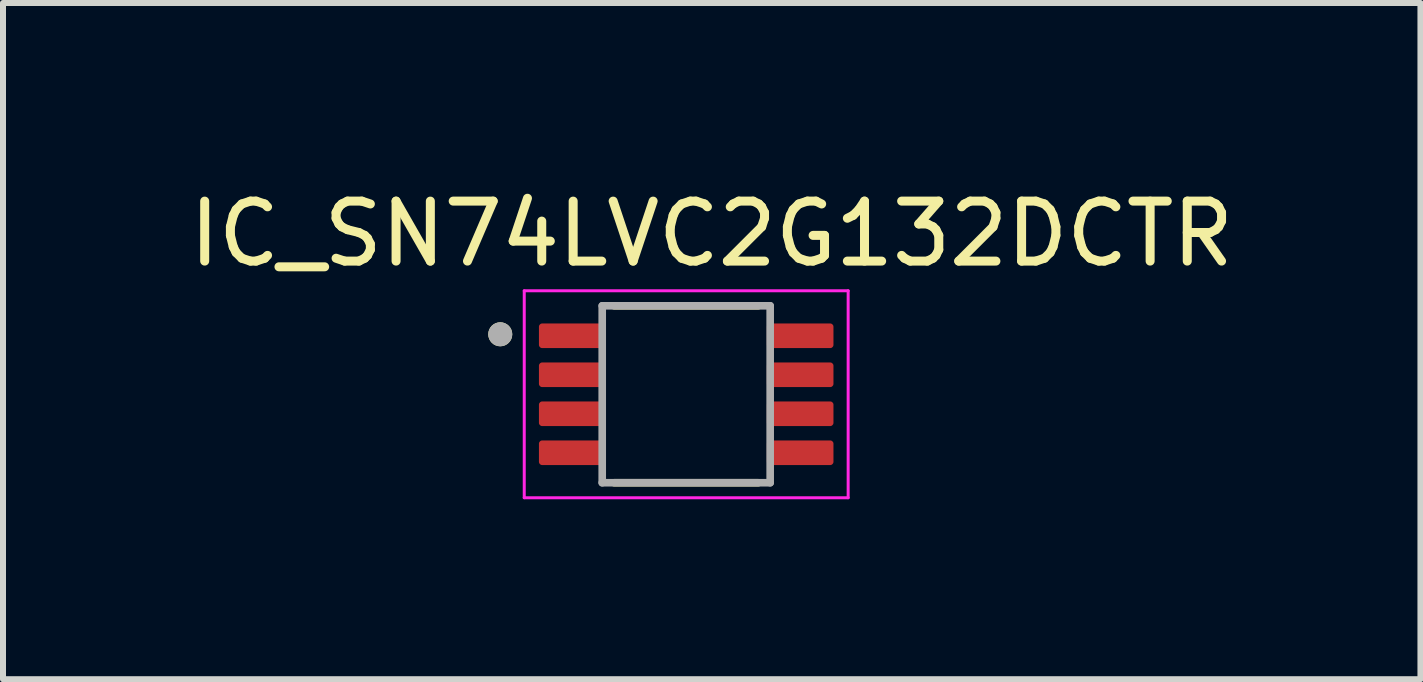
<source format=kicad_pcb>
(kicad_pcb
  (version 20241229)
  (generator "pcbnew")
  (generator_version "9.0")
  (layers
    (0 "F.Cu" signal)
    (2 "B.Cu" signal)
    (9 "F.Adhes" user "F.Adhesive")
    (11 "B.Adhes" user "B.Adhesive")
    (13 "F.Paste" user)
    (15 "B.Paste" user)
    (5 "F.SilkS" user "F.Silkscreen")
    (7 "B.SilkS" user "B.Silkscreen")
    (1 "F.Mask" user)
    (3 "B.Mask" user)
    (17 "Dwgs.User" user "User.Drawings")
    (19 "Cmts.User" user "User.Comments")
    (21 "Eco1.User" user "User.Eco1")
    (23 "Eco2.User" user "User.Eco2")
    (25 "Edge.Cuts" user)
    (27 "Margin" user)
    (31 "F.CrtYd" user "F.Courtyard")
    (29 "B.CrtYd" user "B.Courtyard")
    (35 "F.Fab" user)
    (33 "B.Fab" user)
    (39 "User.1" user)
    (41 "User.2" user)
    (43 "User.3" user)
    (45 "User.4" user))
  (footprint "IC_SN74LVC2G132DCTR"
    (layer "F.Cu")
    (at 8.39 3.523)
    (property "Reference" "IC_SN74LVC2G132DCTR" (at 0.425 -2.675 0) (layer "F.SilkS") (effects (font (size 1 1) (thickness 0.15))))
    (attr smd)
    (fp_poly (pts (xy -2.4 -0.705) (xy -1.4 -0.705) (xy -1.394 -0.705) (xy -1.387 -0.706) (xy -1.381 -0.706) (xy -1.375 -0.708) (xy -1.369 -0.709) (xy -1.363 -0.711) (xy -1.357 -0.713) (xy -1.351 -0.715) (xy -1.346 -0.718) (xy -1.34 -0.721) (xy -1.335 -0.724) (xy -1.329 -0.728) (xy -1.324 -0.732) (xy -1.32 -0.736) (xy -1.315 -0.74) (xy -1.311 -0.745) (xy -1.307 -0.749) (xy -1.303 -0.754) (xy -1.299 -0.76) (xy -1.296 -0.765) (xy -1.293 -0.771) (xy -1.29 -0.776) (xy -1.288 -0.782) (xy -1.286 -0.788) (xy -1.284 -0.794) (xy -1.283 -0.8) (xy -1.281 -0.806) (xy -1.281 -0.812) (xy -1.28 -0.819) (xy -1.28 -0.825) (xy -1.28 -1.125) (xy -1.28 -1.131) (xy -1.281 -1.138) (xy -1.281 -1.144) (xy -1.283 -1.15) (xy -1.284 -1.156) (xy -1.286 -1.162) (xy -1.288 -1.168) (xy -1.29 -1.174) (xy -1.293 -1.179) (xy -1.296 -1.185) (xy -1.299 -1.19) (xy -1.303 -1.196) (xy -1.307 -1.201) (xy -1.311 -1.205) (xy -1.315 -1.21) (xy -1.32 -1.214) (xy -1.324 -1.218) (xy -1.329 -1.222) (xy -1.335 -1.226) (xy -1.34 -1.229) (xy -1.346 -1.232) (xy -1.351 -1.235) (xy -1.357 -1.237) (xy -1.363 -1.239) (xy -1.369 -1.241) (xy -1.375 -1.242) (xy -1.381 -1.244) (xy -1.387 -1.244) (xy -1.394 -1.245) (xy -1.4 -1.245) (xy -2.4 -1.245) (xy -2.406 -1.245) (xy -2.413 -1.244) (xy -2.419 -1.244) (xy -2.425 -1.242) (xy -2.431 -1.241) (xy -2.437 -1.239) (xy -2.443 -1.237) (xy -2.449 -1.235) (xy -2.454 -1.232) (xy -2.46 -1.229) (xy -2.465 -1.226) (xy -2.471 -1.222) (xy -2.476 -1.218) (xy -2.48 -1.214) (xy -2.485 -1.21) (xy -2.489 -1.205) (xy -2.493 -1.201) (xy -2.497 -1.196) (xy -2.501 -1.19) (xy -2.504 -1.185) (xy -2.507 -1.179) (xy -2.51 -1.174) (xy -2.512 -1.168) (xy -2.514 -1.162) (xy -2.516 -1.156) (xy -2.517 -1.15) (xy -2.519 -1.144) (xy -2.519 -1.138) (xy -2.52 -1.131) (xy -2.52 -1.125) (xy -2.52 -0.825) (xy -2.52 -0.819) (xy -2.519 -0.812) (xy -2.519 -0.806) (xy -2.517 -0.8) (xy -2.516 -0.794) (xy -2.514 -0.788) (xy -2.512 -0.782) (xy -2.51 -0.776) (xy -2.507 -0.771) (xy -2.504 -0.765) (xy -2.501 -0.76) (xy -2.497 -0.754) (xy -2.493 -0.749) (xy -2.489 -0.745) (xy -2.485 -0.74) (xy -2.48 -0.736) (xy -2.476 -0.732) (xy -2.471 -0.728) (xy -2.465 -0.724) (xy -2.46 -0.721) (xy -2.454 -0.718) (xy -2.449 -0.715) (xy -2.443 -0.713) (xy -2.437 -0.711) (xy -2.431 -0.709) (xy -2.425 -0.708) (xy -2.419 -0.706) (xy -2.413 -0.706) (xy -2.406 -0.705) (xy -2.4 -0.705)) (stroke (width 0.01) (type solid)) (fill yes) (layer "F.Mask"))
    (fp_poly (pts (xy -2.4 -0.055) (xy -1.4 -0.055) (xy -1.394 -0.055) (xy -1.387 -0.056) (xy -1.381 -0.056) (xy -1.375 -0.058) (xy -1.369 -0.059) (xy -1.363 -0.061) (xy -1.357 -0.063) (xy -1.351 -0.065) (xy -1.346 -0.068) (xy -1.34 -0.071) (xy -1.335 -0.074) (xy -1.329 -0.078) (xy -1.324 -0.082) (xy -1.32 -0.086) (xy -1.315 -0.09) (xy -1.311 -0.095) (xy -1.307 -0.099) (xy -1.303 -0.104) (xy -1.299 -0.11) (xy -1.296 -0.115) (xy -1.293 -0.121) (xy -1.29 -0.126) (xy -1.288 -0.132) (xy -1.286 -0.138) (xy -1.284 -0.144) (xy -1.283 -0.15) (xy -1.281 -0.156) (xy -1.281 -0.162) (xy -1.28 -0.169) (xy -1.28 -0.175) (xy -1.28 -0.475) (xy -1.28 -0.481) (xy -1.281 -0.488) (xy -1.281 -0.494) (xy -1.283 -0.5) (xy -1.284 -0.506) (xy -1.286 -0.512) (xy -1.288 -0.518) (xy -1.29 -0.524) (xy -1.293 -0.529) (xy -1.296 -0.535) (xy -1.299 -0.54) (xy -1.303 -0.546) (xy -1.307 -0.551) (xy -1.311 -0.555) (xy -1.315 -0.56) (xy -1.32 -0.564) (xy -1.324 -0.568) (xy -1.329 -0.572) (xy -1.335 -0.576) (xy -1.34 -0.579) (xy -1.346 -0.582) (xy -1.351 -0.585) (xy -1.357 -0.587) (xy -1.363 -0.589) (xy -1.369 -0.591) (xy -1.375 -0.592) (xy -1.381 -0.594) (xy -1.387 -0.594) (xy -1.394 -0.595) (xy -1.4 -0.595) (xy -2.4 -0.595) (xy -2.406 -0.595) (xy -2.413 -0.594) (xy -2.419 -0.594) (xy -2.425 -0.592) (xy -2.431 -0.591) (xy -2.437 -0.589) (xy -2.443 -0.587) (xy -2.449 -0.585) (xy -2.454 -0.582) (xy -2.46 -0.579) (xy -2.465 -0.576) (xy -2.471 -0.572) (xy -2.476 -0.568) (xy -2.48 -0.564) (xy -2.485 -0.56) (xy -2.489 -0.555) (xy -2.493 -0.551) (xy -2.497 -0.546) (xy -2.501 -0.54) (xy -2.504 -0.535) (xy -2.507 -0.529) (xy -2.51 -0.524) (xy -2.512 -0.518) (xy -2.514 -0.512) (xy -2.516 -0.506) (xy -2.517 -0.5) (xy -2.519 -0.494) (xy -2.519 -0.488) (xy -2.52 -0.481) (xy -2.52 -0.475) (xy -2.52 -0.175) (xy -2.52 -0.169) (xy -2.519 -0.162) (xy -2.519 -0.156) (xy -2.517 -0.15) (xy -2.516 -0.144) (xy -2.514 -0.138) (xy -2.512 -0.132) (xy -2.51 -0.126) (xy -2.507 -0.121) (xy -2.504 -0.115) (xy -2.501 -0.11) (xy -2.497 -0.104) (xy -2.493 -0.099) (xy -2.489 -0.095) (xy -2.485 -0.09) (xy -2.48 -0.086) (xy -2.476 -0.082) (xy -2.471 -0.078) (xy -2.465 -0.074) (xy -2.46 -0.071) (xy -2.454 -0.068) (xy -2.449 -0.065) (xy -2.443 -0.063) (xy -2.437 -0.061) (xy -2.431 -0.059) (xy -2.425 -0.058) (xy -2.419 -0.056) (xy -2.413 -0.056) (xy -2.406 -0.055) (xy -2.4 -0.055)) (stroke (width 0.01) (type solid)) (fill yes) (layer "F.Mask"))
    (fp_poly (pts (xy -2.4 0.595) (xy -1.4 0.595) (xy -1.394 0.595) (xy -1.387 0.594) (xy -1.381 0.594) (xy -1.375 0.592) (xy -1.369 0.591) (xy -1.363 0.589) (xy -1.357 0.587) (xy -1.351 0.585) (xy -1.346 0.582) (xy -1.34 0.579) (xy -1.335 0.576) (xy -1.329 0.572) (xy -1.324 0.568) (xy -1.32 0.564) (xy -1.315 0.56) (xy -1.311 0.555) (xy -1.307 0.551) (xy -1.303 0.546) (xy -1.299 0.54) (xy -1.296 0.535) (xy -1.293 0.529) (xy -1.29 0.524) (xy -1.288 0.518) (xy -1.286 0.512) (xy -1.284 0.506) (xy -1.283 0.5) (xy -1.281 0.494) (xy -1.281 0.488) (xy -1.28 0.481) (xy -1.28 0.475) (xy -1.28 0.175) (xy -1.28 0.169) (xy -1.281 0.162) (xy -1.281 0.156) (xy -1.283 0.15) (xy -1.284 0.144) (xy -1.286 0.138) (xy -1.288 0.132) (xy -1.29 0.126) (xy -1.293 0.121) (xy -1.296 0.115) (xy -1.299 0.11) (xy -1.303 0.104) (xy -1.307 0.099) (xy -1.311 0.095) (xy -1.315 0.09) (xy -1.32 0.086) (xy -1.324 0.082) (xy -1.329 0.078) (xy -1.335 0.074) (xy -1.34 0.071) (xy -1.346 0.068) (xy -1.351 0.065) (xy -1.357 0.063) (xy -1.363 0.061) (xy -1.369 0.059) (xy -1.375 0.058) (xy -1.381 0.056) (xy -1.387 0.056) (xy -1.394 0.055) (xy -1.4 0.055) (xy -2.4 0.055) (xy -2.406 0.055) (xy -2.413 0.056) (xy -2.419 0.056) (xy -2.425 0.058) (xy -2.431 0.059) (xy -2.437 0.061) (xy -2.443 0.063) (xy -2.449 0.065) (xy -2.454 0.068) (xy -2.46 0.071) (xy -2.465 0.074) (xy -2.471 0.078) (xy -2.476 0.082) (xy -2.48 0.086) (xy -2.485 0.09) (xy -2.489 0.095) (xy -2.493 0.099) (xy -2.497 0.104) (xy -2.501 0.11) (xy -2.504 0.115) (xy -2.507 0.121) (xy -2.51 0.126) (xy -2.512 0.132) (xy -2.514 0.138) (xy -2.516 0.144) (xy -2.517 0.15) (xy -2.519 0.156) (xy -2.519 0.162) (xy -2.52 0.169) (xy -2.52 0.175) (xy -2.52 0.475) (xy -2.52 0.481) (xy -2.519 0.488) (xy -2.519 0.494) (xy -2.517 0.5) (xy -2.516 0.506) (xy -2.514 0.512) (xy -2.512 0.518) (xy -2.51 0.524) (xy -2.507 0.529) (xy -2.504 0.535) (xy -2.501 0.54) (xy -2.497 0.546) (xy -2.493 0.551) (xy -2.489 0.555) (xy -2.485 0.56) (xy -2.48 0.564) (xy -2.476 0.568) (xy -2.471 0.572) (xy -2.465 0.576) (xy -2.46 0.579) (xy -2.454 0.582) (xy -2.449 0.585) (xy -2.443 0.587) (xy -2.437 0.589) (xy -2.431 0.591) (xy -2.425 0.592) (xy -2.419 0.594) (xy -2.413 0.594) (xy -2.406 0.595) (xy -2.4 0.595)) (stroke (width 0.01) (type solid)) (fill yes) (layer "F.Mask"))
    (fp_poly (pts (xy -2.4 1.245) (xy -1.4 1.245) (xy -1.394 1.245) (xy -1.387 1.244) (xy -1.381 1.244) (xy -1.375 1.242) (xy -1.369 1.241) (xy -1.363 1.239) (xy -1.357 1.237) (xy -1.351 1.235) (xy -1.346 1.232) (xy -1.34 1.229) (xy -1.335 1.226) (xy -1.329 1.222) (xy -1.324 1.218) (xy -1.32 1.214) (xy -1.315 1.21) (xy -1.311 1.205) (xy -1.307 1.201) (xy -1.303 1.196) (xy -1.299 1.19) (xy -1.296 1.185) (xy -1.293 1.179) (xy -1.29 1.174) (xy -1.288 1.168) (xy -1.286 1.162) (xy -1.284 1.156) (xy -1.283 1.15) (xy -1.281 1.144) (xy -1.281 1.138) (xy -1.28 1.131) (xy -1.28 1.125) (xy -1.28 0.825) (xy -1.28 0.819) (xy -1.281 0.812) (xy -1.281 0.806) (xy -1.283 0.8) (xy -1.284 0.794) (xy -1.286 0.788) (xy -1.288 0.782) (xy -1.29 0.776) (xy -1.293 0.771) (xy -1.296 0.765) (xy -1.299 0.76) (xy -1.303 0.754) (xy -1.307 0.749) (xy -1.311 0.745) (xy -1.315 0.74) (xy -1.32 0.736) (xy -1.324 0.732) (xy -1.329 0.728) (xy -1.335 0.724) (xy -1.34 0.721) (xy -1.346 0.718) (xy -1.351 0.715) (xy -1.357 0.713) (xy -1.363 0.711) (xy -1.369 0.709) (xy -1.375 0.708) (xy -1.381 0.706) (xy -1.387 0.706) (xy -1.394 0.705) (xy -1.4 0.705) (xy -2.4 0.705) (xy -2.406 0.705) (xy -2.413 0.706) (xy -2.419 0.706) (xy -2.425 0.708) (xy -2.431 0.709) (xy -2.437 0.711) (xy -2.443 0.713) (xy -2.449 0.715) (xy -2.454 0.718) (xy -2.46 0.721) (xy -2.465 0.724) (xy -2.471 0.728) (xy -2.476 0.732) (xy -2.48 0.736) (xy -2.485 0.74) (xy -2.489 0.745) (xy -2.493 0.749) (xy -2.497 0.754) (xy -2.501 0.76) (xy -2.504 0.765) (xy -2.507 0.771) (xy -2.51 0.776) (xy -2.512 0.782) (xy -2.514 0.788) (xy -2.516 0.794) (xy -2.517 0.8) (xy -2.519 0.806) (xy -2.519 0.812) (xy -2.52 0.819) (xy -2.52 0.825) (xy -2.52 1.125) (xy -2.52 1.131) (xy -2.519 1.138) (xy -2.519 1.144) (xy -2.517 1.15) (xy -2.516 1.156) (xy -2.514 1.162) (xy -2.512 1.168) (xy -2.51 1.174) (xy -2.507 1.179) (xy -2.504 1.185) (xy -2.501 1.19) (xy -2.497 1.196) (xy -2.493 1.201) (xy -2.489 1.205) (xy -2.485 1.21) (xy -2.48 1.214) (xy -2.476 1.218) (xy -2.471 1.222) (xy -2.465 1.226) (xy -2.46 1.229) (xy -2.454 1.232) (xy -2.449 1.235) (xy -2.443 1.237) (xy -2.437 1.239) (xy -2.431 1.241) (xy -2.425 1.242) (xy -2.419 1.244) (xy -2.413 1.244) (xy -2.406 1.245) (xy -2.4 1.245)) (stroke (width 0.01) (type solid)) (fill yes) (layer "F.Mask"))
    (fp_poly (pts (xy 1.4 -0.705) (xy 2.4 -0.705) (xy 2.406 -0.705) (xy 2.413 -0.706) (xy 2.419 -0.706) (xy 2.425 -0.708) (xy 2.431 -0.709) (xy 2.437 -0.711) (xy 2.443 -0.713) (xy 2.449 -0.715) (xy 2.454 -0.718) (xy 2.46 -0.721) (xy 2.465 -0.724) (xy 2.471 -0.728) (xy 2.476 -0.732) (xy 2.48 -0.736) (xy 2.485 -0.74) (xy 2.489 -0.745) (xy 2.493 -0.749) (xy 2.497 -0.754) (xy 2.501 -0.76) (xy 2.504 -0.765) (xy 2.507 -0.771) (xy 2.51 -0.776) (xy 2.512 -0.782) (xy 2.514 -0.788) (xy 2.516 -0.794) (xy 2.517 -0.8) (xy 2.519 -0.806) (xy 2.519 -0.812) (xy 2.52 -0.819) (xy 2.52 -0.825) (xy 2.52 -1.125) (xy 2.52 -1.131) (xy 2.519 -1.138) (xy 2.519 -1.144) (xy 2.517 -1.15) (xy 2.516 -1.156) (xy 2.514 -1.162) (xy 2.512 -1.168) (xy 2.51 -1.174) (xy 2.507 -1.179) (xy 2.504 -1.185) (xy 2.501 -1.19) (xy 2.497 -1.196) (xy 2.493 -1.201) (xy 2.489 -1.205) (xy 2.485 -1.21) (xy 2.48 -1.214) (xy 2.476 -1.218) (xy 2.471 -1.222) (xy 2.465 -1.226) (xy 2.46 -1.229) (xy 2.454 -1.232) (xy 2.449 -1.235) (xy 2.443 -1.237) (xy 2.437 -1.239) (xy 2.431 -1.241) (xy 2.425 -1.242) (xy 2.419 -1.244) (xy 2.413 -1.244) (xy 2.406 -1.245) (xy 2.4 -1.245) (xy 1.4 -1.245) (xy 1.394 -1.245) (xy 1.387 -1.244) (xy 1.381 -1.244) (xy 1.375 -1.242) (xy 1.369 -1.241) (xy 1.363 -1.239) (xy 1.357 -1.237) (xy 1.351 -1.235) (xy 1.346 -1.232) (xy 1.34 -1.229) (xy 1.335 -1.226) (xy 1.329 -1.222) (xy 1.324 -1.218) (xy 1.32 -1.214) (xy 1.315 -1.21) (xy 1.311 -1.205) (xy 1.307 -1.201) (xy 1.303 -1.196) (xy 1.299 -1.19) (xy 1.296 -1.185) (xy 1.293 -1.179) (xy 1.29 -1.174) (xy 1.288 -1.168) (xy 1.286 -1.162) (xy 1.284 -1.156) (xy 1.283 -1.15) (xy 1.281 -1.144) (xy 1.281 -1.138) (xy 1.28 -1.131) (xy 1.28 -1.125) (xy 1.28 -0.825) (xy 1.28 -0.819) (xy 1.281 -0.812) (xy 1.281 -0.806) (xy 1.283 -0.8) (xy 1.284 -0.794) (xy 1.286 -0.788) (xy 1.288 -0.782) (xy 1.29 -0.776) (xy 1.293 -0.771) (xy 1.296 -0.765) (xy 1.299 -0.76) (xy 1.303 -0.754) (xy 1.307 -0.749) (xy 1.311 -0.745) (xy 1.315 -0.74) (xy 1.32 -0.736) (xy 1.324 -0.732) (xy 1.329 -0.728) (xy 1.335 -0.724) (xy 1.34 -0.721) (xy 1.346 -0.718) (xy 1.351 -0.715) (xy 1.357 -0.713) (xy 1.363 -0.711) (xy 1.369 -0.709) (xy 1.375 -0.708) (xy 1.381 -0.706) (xy 1.387 -0.706) (xy 1.394 -0.705) (xy 1.4 -0.705)) (stroke (width 0.01) (type solid)) (fill yes) (layer "F.Mask"))
    (fp_poly (pts (xy 1.4 -0.055) (xy 2.4 -0.055) (xy 2.406 -0.055) (xy 2.413 -0.056) (xy 2.419 -0.056) (xy 2.425 -0.058) (xy 2.431 -0.059) (xy 2.437 -0.061) (xy 2.443 -0.063) (xy 2.449 -0.065) (xy 2.454 -0.068) (xy 2.46 -0.071) (xy 2.465 -0.074) (xy 2.471 -0.078) (xy 2.476 -0.082) (xy 2.48 -0.086) (xy 2.485 -0.09) (xy 2.489 -0.095) (xy 2.493 -0.099) (xy 2.497 -0.104) (xy 2.501 -0.11) (xy 2.504 -0.115) (xy 2.507 -0.121) (xy 2.51 -0.126) (xy 2.512 -0.132) (xy 2.514 -0.138) (xy 2.516 -0.144) (xy 2.517 -0.15) (xy 2.519 -0.156) (xy 2.519 -0.162) (xy 2.52 -0.169) (xy 2.52 -0.175) (xy 2.52 -0.475) (xy 2.52 -0.481) (xy 2.519 -0.488) (xy 2.519 -0.494) (xy 2.517 -0.5) (xy 2.516 -0.506) (xy 2.514 -0.512) (xy 2.512 -0.518) (xy 2.51 -0.524) (xy 2.507 -0.529) (xy 2.504 -0.535) (xy 2.501 -0.54) (xy 2.497 -0.546) (xy 2.493 -0.551) (xy 2.489 -0.555) (xy 2.485 -0.56) (xy 2.48 -0.564) (xy 2.476 -0.568) (xy 2.471 -0.572) (xy 2.465 -0.576) (xy 2.46 -0.579) (xy 2.454 -0.582) (xy 2.449 -0.585) (xy 2.443 -0.587) (xy 2.437 -0.589) (xy 2.431 -0.591) (xy 2.425 -0.592) (xy 2.419 -0.594) (xy 2.413 -0.594) (xy 2.406 -0.595) (xy 2.4 -0.595) (xy 1.4 -0.595) (xy 1.394 -0.595) (xy 1.387 -0.594) (xy 1.381 -0.594) (xy 1.375 -0.592) (xy 1.369 -0.591) (xy 1.363 -0.589) (xy 1.357 -0.587) (xy 1.351 -0.585) (xy 1.346 -0.582) (xy 1.34 -0.579) (xy 1.335 -0.576) (xy 1.329 -0.572) (xy 1.324 -0.568) (xy 1.32 -0.564) (xy 1.315 -0.56) (xy 1.311 -0.555) (xy 1.307 -0.551) (xy 1.303 -0.546) (xy 1.299 -0.54) (xy 1.296 -0.535) (xy 1.293 -0.529) (xy 1.29 -0.524) (xy 1.288 -0.518) (xy 1.286 -0.512) (xy 1.284 -0.506) (xy 1.283 -0.5) (xy 1.281 -0.494) (xy 1.281 -0.488) (xy 1.28 -0.481) (xy 1.28 -0.475) (xy 1.28 -0.175) (xy 1.28 -0.169) (xy 1.281 -0.162) (xy 1.281 -0.156) (xy 1.283 -0.15) (xy 1.284 -0.144) (xy 1.286 -0.138) (xy 1.288 -0.132) (xy 1.29 -0.126) (xy 1.293 -0.121) (xy 1.296 -0.115) (xy 1.299 -0.11) (xy 1.303 -0.104) (xy 1.307 -0.099) (xy 1.311 -0.095) (xy 1.315 -0.09) (xy 1.32 -0.086) (xy 1.324 -0.082) (xy 1.329 -0.078) (xy 1.335 -0.074) (xy 1.34 -0.071) (xy 1.346 -0.068) (xy 1.351 -0.065) (xy 1.357 -0.063) (xy 1.363 -0.061) (xy 1.369 -0.059) (xy 1.375 -0.058) (xy 1.381 -0.056) (xy 1.387 -0.056) (xy 1.394 -0.055) (xy 1.4 -0.055)) (stroke (width 0.01) (type solid)) (fill yes) (layer "F.Mask"))
    (fp_poly (pts (xy 1.4 0.595) (xy 2.4 0.595) (xy 2.406 0.595) (xy 2.413 0.594) (xy 2.419 0.594) (xy 2.425 0.592) (xy 2.431 0.591) (xy 2.437 0.589) (xy 2.443 0.587) (xy 2.449 0.585) (xy 2.454 0.582) (xy 2.46 0.579) (xy 2.465 0.576) (xy 2.471 0.572) (xy 2.476 0.568) (xy 2.48 0.564) (xy 2.485 0.56) (xy 2.489 0.555) (xy 2.493 0.551) (xy 2.497 0.546) (xy 2.501 0.54) (xy 2.504 0.535) (xy 2.507 0.529) (xy 2.51 0.524) (xy 2.512 0.518) (xy 2.514 0.512) (xy 2.516 0.506) (xy 2.517 0.5) (xy 2.519 0.494) (xy 2.519 0.488) (xy 2.52 0.481) (xy 2.52 0.475) (xy 2.52 0.175) (xy 2.52 0.169) (xy 2.519 0.162) (xy 2.519 0.156) (xy 2.517 0.15) (xy 2.516 0.144) (xy 2.514 0.138) (xy 2.512 0.132) (xy 2.51 0.126) (xy 2.507 0.121) (xy 2.504 0.115) (xy 2.501 0.11) (xy 2.497 0.104) (xy 2.493 0.099) (xy 2.489 0.095) (xy 2.485 0.09) (xy 2.48 0.086) (xy 2.476 0.082) (xy 2.471 0.078) (xy 2.465 0.074) (xy 2.46 0.071) (xy 2.454 0.068) (xy 2.449 0.065) (xy 2.443 0.063) (xy 2.437 0.061) (xy 2.431 0.059) (xy 2.425 0.058) (xy 2.419 0.056) (xy 2.413 0.056) (xy 2.406 0.055) (xy 2.4 0.055) (xy 1.4 0.055) (xy 1.394 0.055) (xy 1.387 0.056) (xy 1.381 0.056) (xy 1.375 0.058) (xy 1.369 0.059) (xy 1.363 0.061) (xy 1.357 0.063) (xy 1.351 0.065) (xy 1.346 0.068) (xy 1.34 0.071) (xy 1.335 0.074) (xy 1.329 0.078) (xy 1.324 0.082) (xy 1.32 0.086) (xy 1.315 0.09) (xy 1.311 0.095) (xy 1.307 0.099) (xy 1.303 0.104) (xy 1.299 0.11) (xy 1.296 0.115) (xy 1.293 0.121) (xy 1.29 0.126) (xy 1.288 0.132) (xy 1.286 0.138) (xy 1.284 0.144) (xy 1.283 0.15) (xy 1.281 0.156) (xy 1.281 0.162) (xy 1.28 0.169) (xy 1.28 0.175) (xy 1.28 0.475) (xy 1.28 0.481) (xy 1.281 0.488) (xy 1.281 0.494) (xy 1.283 0.5) (xy 1.284 0.506) (xy 1.286 0.512) (xy 1.288 0.518) (xy 1.29 0.524) (xy 1.293 0.529) (xy 1.296 0.535) (xy 1.299 0.54) (xy 1.303 0.546) (xy 1.307 0.551) (xy 1.311 0.555) (xy 1.315 0.56) (xy 1.32 0.564) (xy 1.324 0.568) (xy 1.329 0.572) (xy 1.335 0.576) (xy 1.34 0.579) (xy 1.346 0.582) (xy 1.351 0.585) (xy 1.357 0.587) (xy 1.363 0.589) (xy 1.369 0.591) (xy 1.375 0.592) (xy 1.381 0.594) (xy 1.387 0.594) (xy 1.394 0.595) (xy 1.4 0.595)) (stroke (width 0.01) (type solid)) (fill yes) (layer "F.Mask"))
    (fp_poly (pts (xy 1.4 1.245) (xy 2.4 1.245) (xy 2.406 1.245) (xy 2.413 1.244) (xy 2.419 1.244) (xy 2.425 1.242) (xy 2.431 1.241) (xy 2.437 1.239) (xy 2.443 1.237) (xy 2.449 1.235) (xy 2.454 1.232) (xy 2.46 1.229) (xy 2.465 1.226) (xy 2.471 1.222) (xy 2.476 1.218) (xy 2.48 1.214) (xy 2.485 1.21) (xy 2.489 1.205) (xy 2.493 1.201) (xy 2.497 1.196) (xy 2.501 1.19) (xy 2.504 1.185) (xy 2.507 1.179) (xy 2.51 1.174) (xy 2.512 1.168) (xy 2.514 1.162) (xy 2.516 1.156) (xy 2.517 1.15) (xy 2.519 1.144) (xy 2.519 1.138) (xy 2.52 1.131) (xy 2.52 1.125) (xy 2.52 0.825) (xy 2.52 0.819) (xy 2.519 0.812) (xy 2.519 0.806) (xy 2.517 0.8) (xy 2.516 0.794) (xy 2.514 0.788) (xy 2.512 0.782) (xy 2.51 0.776) (xy 2.507 0.771) (xy 2.504 0.765) (xy 2.501 0.76) (xy 2.497 0.754) (xy 2.493 0.749) (xy 2.489 0.745) (xy 2.485 0.74) (xy 2.48 0.736) (xy 2.476 0.732) (xy 2.471 0.728) (xy 2.465 0.724) (xy 2.46 0.721) (xy 2.454 0.718) (xy 2.449 0.715) (xy 2.443 0.713) (xy 2.437 0.711) (xy 2.431 0.709) (xy 2.425 0.708) (xy 2.419 0.706) (xy 2.413 0.706) (xy 2.406 0.705) (xy 2.4 0.705) (xy 1.4 0.705) (xy 1.394 0.705) (xy 1.387 0.706) (xy 1.381 0.706) (xy 1.375 0.708) (xy 1.369 0.709) (xy 1.363 0.711) (xy 1.357 0.713) (xy 1.351 0.715) (xy 1.346 0.718) (xy 1.34 0.721) (xy 1.335 0.724) (xy 1.329 0.728) (xy 1.324 0.732) (xy 1.32 0.736) (xy 1.315 0.74) (xy 1.311 0.745) (xy 1.307 0.749) (xy 1.303 0.754) (xy 1.299 0.76) (xy 1.296 0.765) (xy 1.293 0.771) (xy 1.29 0.776) (xy 1.288 0.782) (xy 1.286 0.788) (xy 1.284 0.794) (xy 1.283 0.8) (xy 1.281 0.806) (xy 1.281 0.812) (xy 1.28 0.819) (xy 1.28 0.825) (xy 1.28 1.125) (xy 1.28 1.131) (xy 1.281 1.138) (xy 1.281 1.144) (xy 1.283 1.15) (xy 1.284 1.156) (xy 1.286 1.162) (xy 1.288 1.168) (xy 1.29 1.174) (xy 1.293 1.179) (xy 1.296 1.185) (xy 1.299 1.19) (xy 1.303 1.196) (xy 1.307 1.201) (xy 1.311 1.205) (xy 1.315 1.21) (xy 1.32 1.214) (xy 1.324 1.218) (xy 1.329 1.222) (xy 1.335 1.226) (xy 1.34 1.229) (xy 1.346 1.232) (xy 1.351 1.235) (xy 1.357 1.237) (xy 1.363 1.239) (xy 1.369 1.241) (xy 1.375 1.242) (xy 1.381 1.244) (xy 1.387 1.244) (xy 1.394 1.245) (xy 1.4 1.245)) (stroke (width 0.01) (type solid)) (fill yes) (layer "F.Mask"))
    (fp_line (start -1.2 1.475) (end 1.2 1.475) (stroke (width 0.127) (type solid)) (layer "F.SilkS"))
    (fp_line (start 1.2 -1.475) (end -1.2 -1.475) (stroke (width 0.127) (type solid)) (layer "F.SilkS"))
    (fp_circle (center -3.1 -1) (end -3 -1) (stroke (width 0.2) (type solid)) (fill no) (layer "F.SilkS"))
    (fp_poly (pts (xy -2.4 -1.175) (xy -1.4 -1.175) (xy -1.397 -1.175) (xy -1.395 -1.175) (xy -1.392 -1.174) (xy -1.39 -1.174) (xy -1.387 -1.173) (xy -1.385 -1.173) (xy -1.382 -1.172) (xy -1.38 -1.171) (xy -1.377 -1.17) (xy -1.375 -1.168) (xy -1.373 -1.167) (xy -1.371 -1.165) (xy -1.369 -1.164) (xy -1.367 -1.162) (xy -1.365 -1.16) (xy -1.363 -1.158) (xy -1.361 -1.156) (xy -1.36 -1.154) (xy -1.358 -1.152) (xy -1.357 -1.15) (xy -1.355 -1.148) (xy -1.354 -1.145) (xy -1.353 -1.143) (xy -1.352 -1.14) (xy -1.352 -1.138) (xy -1.351 -1.135) (xy -1.351 -1.133) (xy -1.35 -1.13) (xy -1.35 -1.128) (xy -1.35 -1.125) (xy -1.35 -0.825) (xy -1.35 -0.822) (xy -1.35 -0.82) (xy -1.351 -0.817) (xy -1.351 -0.815) (xy -1.352 -0.812) (xy -1.352 -0.81) (xy -1.353 -0.807) (xy -1.354 -0.805) (xy -1.355 -0.802) (xy -1.357 -0.8) (xy -1.358 -0.798) (xy -1.36 -0.796) (xy -1.361 -0.794) (xy -1.363 -0.792) (xy -1.365 -0.79) (xy -1.367 -0.788) (xy -1.369 -0.786) (xy -1.371 -0.785) (xy -1.373 -0.783) (xy -1.375 -0.782) (xy -1.377 -0.78) (xy -1.38 -0.779) (xy -1.382 -0.778) (xy -1.385 -0.777) (xy -1.387 -0.777) (xy -1.39 -0.776) (xy -1.392 -0.776) (xy -1.395 -0.775) (xy -1.397 -0.775) (xy -1.4 -0.775) (xy -2.4 -0.775) (xy -2.403 -0.775) (xy -2.405 -0.775) (xy -2.408 -0.776) (xy -2.41 -0.776) (xy -2.413 -0.777) (xy -2.415 -0.777) (xy -2.418 -0.778) (xy -2.42 -0.779) (xy -2.423 -0.78) (xy -2.425 -0.782) (xy -2.427 -0.783) (xy -2.429 -0.785) (xy -2.431 -0.786) (xy -2.433 -0.788) (xy -2.435 -0.79) (xy -2.437 -0.792) (xy -2.439 -0.794) (xy -2.44 -0.796) (xy -2.442 -0.798) (xy -2.443 -0.8) (xy -2.445 -0.802) (xy -2.446 -0.805) (xy -2.447 -0.807) (xy -2.448 -0.81) (xy -2.448 -0.812) (xy -2.449 -0.815) (xy -2.449 -0.817) (xy -2.45 -0.82) (xy -2.45 -0.822) (xy -2.45 -0.825) (xy -2.45 -1.125) (xy -2.45 -1.128) (xy -2.45 -1.13) (xy -2.449 -1.133) (xy -2.449 -1.135) (xy -2.448 -1.138) (xy -2.448 -1.14) (xy -2.447 -1.143) (xy -2.446 -1.145) (xy -2.445 -1.148) (xy -2.443 -1.15) (xy -2.442 -1.152) (xy -2.44 -1.154) (xy -2.439 -1.156) (xy -2.437 -1.158) (xy -2.435 -1.16) (xy -2.433 -1.162) (xy -2.431 -1.164) (xy -2.429 -1.165) (xy -2.427 -1.167) (xy -2.425 -1.168) (xy -2.423 -1.17) (xy -2.42 -1.171) (xy -2.418 -1.172) (xy -2.415 -1.173) (xy -2.413 -1.173) (xy -2.41 -1.174) (xy -2.408 -1.174) (xy -2.405 -1.175) (xy -2.403 -1.175) (xy -2.4 -1.175)) (stroke (width 0.01) (type solid)) (fill yes) (layer "F.Paste"))
    (fp_poly (pts (xy -2.4 -0.525) (xy -1.4 -0.525) (xy -1.397 -0.525) (xy -1.395 -0.525) (xy -1.392 -0.524) (xy -1.39 -0.524) (xy -1.387 -0.523) (xy -1.385 -0.523) (xy -1.382 -0.522) (xy -1.38 -0.521) (xy -1.377 -0.52) (xy -1.375 -0.518) (xy -1.373 -0.517) (xy -1.371 -0.515) (xy -1.369 -0.514) (xy -1.367 -0.512) (xy -1.365 -0.51) (xy -1.363 -0.508) (xy -1.361 -0.506) (xy -1.36 -0.504) (xy -1.358 -0.502) (xy -1.357 -0.5) (xy -1.355 -0.498) (xy -1.354 -0.495) (xy -1.353 -0.493) (xy -1.352 -0.49) (xy -1.352 -0.488) (xy -1.351 -0.485) (xy -1.351 -0.483) (xy -1.35 -0.48) (xy -1.35 -0.478) (xy -1.35 -0.475) (xy -1.35 -0.175) (xy -1.35 -0.172) (xy -1.35 -0.17) (xy -1.351 -0.167) (xy -1.351 -0.165) (xy -1.352 -0.162) (xy -1.352 -0.16) (xy -1.353 -0.157) (xy -1.354 -0.155) (xy -1.355 -0.152) (xy -1.357 -0.15) (xy -1.358 -0.148) (xy -1.36 -0.146) (xy -1.361 -0.144) (xy -1.363 -0.142) (xy -1.365 -0.14) (xy -1.367 -0.138) (xy -1.369 -0.136) (xy -1.371 -0.135) (xy -1.373 -0.133) (xy -1.375 -0.132) (xy -1.377 -0.13) (xy -1.38 -0.129) (xy -1.382 -0.128) (xy -1.385 -0.127) (xy -1.387 -0.127) (xy -1.39 -0.126) (xy -1.392 -0.126) (xy -1.395 -0.125) (xy -1.397 -0.125) (xy -1.4 -0.125) (xy -2.4 -0.125) (xy -2.403 -0.125) (xy -2.405 -0.125) (xy -2.408 -0.126) (xy -2.41 -0.126) (xy -2.413 -0.127) (xy -2.415 -0.127) (xy -2.418 -0.128) (xy -2.42 -0.129) (xy -2.423 -0.13) (xy -2.425 -0.132) (xy -2.427 -0.133) (xy -2.429 -0.135) (xy -2.431 -0.136) (xy -2.433 -0.138) (xy -2.435 -0.14) (xy -2.437 -0.142) (xy -2.439 -0.144) (xy -2.44 -0.146) (xy -2.442 -0.148) (xy -2.443 -0.15) (xy -2.445 -0.152) (xy -2.446 -0.155) (xy -2.447 -0.157) (xy -2.448 -0.16) (xy -2.448 -0.162) (xy -2.449 -0.165) (xy -2.449 -0.167) (xy -2.45 -0.17) (xy -2.45 -0.172) (xy -2.45 -0.175) (xy -2.45 -0.475) (xy -2.45 -0.478) (xy -2.45 -0.48) (xy -2.449 -0.483) (xy -2.449 -0.485) (xy -2.448 -0.488) (xy -2.448 -0.49) (xy -2.447 -0.493) (xy -2.446 -0.495) (xy -2.445 -0.498) (xy -2.443 -0.5) (xy -2.442 -0.502) (xy -2.44 -0.504) (xy -2.439 -0.506) (xy -2.437 -0.508) (xy -2.435 -0.51) (xy -2.433 -0.512) (xy -2.431 -0.514) (xy -2.429 -0.515) (xy -2.427 -0.517) (xy -2.425 -0.518) (xy -2.423 -0.52) (xy -2.42 -0.521) (xy -2.418 -0.522) (xy -2.415 -0.523) (xy -2.413 -0.523) (xy -2.41 -0.524) (xy -2.408 -0.524) (xy -2.405 -0.525) (xy -2.403 -0.525) (xy -2.4 -0.525)) (stroke (width 0.01) (type solid)) (fill yes) (layer "F.Paste"))
    (fp_poly (pts (xy -2.4 0.125) (xy -1.4 0.125) (xy -1.397 0.125) (xy -1.395 0.125) (xy -1.392 0.126) (xy -1.39 0.126) (xy -1.387 0.127) (xy -1.385 0.127) (xy -1.382 0.128) (xy -1.38 0.129) (xy -1.377 0.13) (xy -1.375 0.132) (xy -1.373 0.133) (xy -1.371 0.135) (xy -1.369 0.136) (xy -1.367 0.138) (xy -1.365 0.14) (xy -1.363 0.142) (xy -1.361 0.144) (xy -1.36 0.146) (xy -1.358 0.148) (xy -1.357 0.15) (xy -1.355 0.152) (xy -1.354 0.155) (xy -1.353 0.157) (xy -1.352 0.16) (xy -1.352 0.162) (xy -1.351 0.165) (xy -1.351 0.167) (xy -1.35 0.17) (xy -1.35 0.172) (xy -1.35 0.175) (xy -1.35 0.475) (xy -1.35 0.478) (xy -1.35 0.48) (xy -1.351 0.483) (xy -1.351 0.485) (xy -1.352 0.488) (xy -1.352 0.49) (xy -1.353 0.493) (xy -1.354 0.495) (xy -1.355 0.498) (xy -1.357 0.5) (xy -1.358 0.502) (xy -1.36 0.504) (xy -1.361 0.506) (xy -1.363 0.508) (xy -1.365 0.51) (xy -1.367 0.512) (xy -1.369 0.514) (xy -1.371 0.515) (xy -1.373 0.517) (xy -1.375 0.518) (xy -1.377 0.52) (xy -1.38 0.521) (xy -1.382 0.522) (xy -1.385 0.523) (xy -1.387 0.523) (xy -1.39 0.524) (xy -1.392 0.524) (xy -1.395 0.525) (xy -1.397 0.525) (xy -1.4 0.525) (xy -2.4 0.525) (xy -2.403 0.525) (xy -2.405 0.525) (xy -2.408 0.524) (xy -2.41 0.524) (xy -2.413 0.523) (xy -2.415 0.523) (xy -2.418 0.522) (xy -2.42 0.521) (xy -2.423 0.52) (xy -2.425 0.518) (xy -2.427 0.517) (xy -2.429 0.515) (xy -2.431 0.514) (xy -2.433 0.512) (xy -2.435 0.51) (xy -2.437 0.508) (xy -2.439 0.506) (xy -2.44 0.504) (xy -2.442 0.502) (xy -2.443 0.5) (xy -2.445 0.498) (xy -2.446 0.495) (xy -2.447 0.493) (xy -2.448 0.49) (xy -2.448 0.488) (xy -2.449 0.485) (xy -2.449 0.483) (xy -2.45 0.48) (xy -2.45 0.478) (xy -2.45 0.475) (xy -2.45 0.175) (xy -2.45 0.172) (xy -2.45 0.17) (xy -2.449 0.167) (xy -2.449 0.165) (xy -2.448 0.162) (xy -2.448 0.16) (xy -2.447 0.157) (xy -2.446 0.155) (xy -2.445 0.152) (xy -2.443 0.15) (xy -2.442 0.148) (xy -2.44 0.146) (xy -2.439 0.144) (xy -2.437 0.142) (xy -2.435 0.14) (xy -2.433 0.138) (xy -2.431 0.136) (xy -2.429 0.135) (xy -2.427 0.133) (xy -2.425 0.132) (xy -2.423 0.13) (xy -2.42 0.129) (xy -2.418 0.128) (xy -2.415 0.127) (xy -2.413 0.127) (xy -2.41 0.126) (xy -2.408 0.126) (xy -2.405 0.125) (xy -2.403 0.125) (xy -2.4 0.125)) (stroke (width 0.01) (type solid)) (fill yes) (layer "F.Paste"))
    (fp_poly (pts (xy -2.4 0.775) (xy -1.4 0.775) (xy -1.397 0.775) (xy -1.395 0.775) (xy -1.392 0.776) (xy -1.39 0.776) (xy -1.387 0.777) (xy -1.385 0.777) (xy -1.382 0.778) (xy -1.38 0.779) (xy -1.377 0.78) (xy -1.375 0.782) (xy -1.373 0.783) (xy -1.371 0.785) (xy -1.369 0.786) (xy -1.367 0.788) (xy -1.365 0.79) (xy -1.363 0.792) (xy -1.361 0.794) (xy -1.36 0.796) (xy -1.358 0.798) (xy -1.357 0.8) (xy -1.355 0.802) (xy -1.354 0.805) (xy -1.353 0.807) (xy -1.352 0.81) (xy -1.352 0.812) (xy -1.351 0.815) (xy -1.351 0.817) (xy -1.35 0.82) (xy -1.35 0.822) (xy -1.35 0.825) (xy -1.35 1.125) (xy -1.35 1.128) (xy -1.35 1.13) (xy -1.351 1.133) (xy -1.351 1.135) (xy -1.352 1.138) (xy -1.352 1.14) (xy -1.353 1.143) (xy -1.354 1.145) (xy -1.355 1.148) (xy -1.357 1.15) (xy -1.358 1.152) (xy -1.36 1.154) (xy -1.361 1.156) (xy -1.363 1.158) (xy -1.365 1.16) (xy -1.367 1.162) (xy -1.369 1.164) (xy -1.371 1.165) (xy -1.373 1.167) (xy -1.375 1.168) (xy -1.377 1.17) (xy -1.38 1.171) (xy -1.382 1.172) (xy -1.385 1.173) (xy -1.387 1.173) (xy -1.39 1.174) (xy -1.392 1.174) (xy -1.395 1.175) (xy -1.397 1.175) (xy -1.4 1.175) (xy -2.4 1.175) (xy -2.403 1.175) (xy -2.405 1.175) (xy -2.408 1.174) (xy -2.41 1.174) (xy -2.413 1.173) (xy -2.415 1.173) (xy -2.418 1.172) (xy -2.42 1.171) (xy -2.423 1.17) (xy -2.425 1.168) (xy -2.427 1.167) (xy -2.429 1.165) (xy -2.431 1.164) (xy -2.433 1.162) (xy -2.435 1.16) (xy -2.437 1.158) (xy -2.439 1.156) (xy -2.44 1.154) (xy -2.442 1.152) (xy -2.443 1.15) (xy -2.445 1.148) (xy -2.446 1.145) (xy -2.447 1.143) (xy -2.448 1.14) (xy -2.448 1.138) (xy -2.449 1.135) (xy -2.449 1.133) (xy -2.45 1.13) (xy -2.45 1.128) (xy -2.45 1.125) (xy -2.45 0.825) (xy -2.45 0.822) (xy -2.45 0.82) (xy -2.449 0.817) (xy -2.449 0.815) (xy -2.448 0.812) (xy -2.448 0.81) (xy -2.447 0.807) (xy -2.446 0.805) (xy -2.445 0.802) (xy -2.443 0.8) (xy -2.442 0.798) (xy -2.44 0.796) (xy -2.439 0.794) (xy -2.437 0.792) (xy -2.435 0.79) (xy -2.433 0.788) (xy -2.431 0.786) (xy -2.429 0.785) (xy -2.427 0.783) (xy -2.425 0.782) (xy -2.423 0.78) (xy -2.42 0.779) (xy -2.418 0.778) (xy -2.415 0.777) (xy -2.413 0.777) (xy -2.41 0.776) (xy -2.408 0.776) (xy -2.405 0.775) (xy -2.403 0.775) (xy -2.4 0.775)) (stroke (width 0.01) (type solid)) (fill yes) (layer "F.Paste"))
    (fp_poly (pts (xy 1.4 -1.175) (xy 2.4 -1.175) (xy 2.403 -1.175) (xy 2.405 -1.175) (xy 2.408 -1.174) (xy 2.41 -1.174) (xy 2.413 -1.173) (xy 2.415 -1.173) (xy 2.418 -1.172) (xy 2.42 -1.171) (xy 2.423 -1.17) (xy 2.425 -1.168) (xy 2.427 -1.167) (xy 2.429 -1.165) (xy 2.431 -1.164) (xy 2.433 -1.162) (xy 2.435 -1.16) (xy 2.437 -1.158) (xy 2.439 -1.156) (xy 2.44 -1.154) (xy 2.442 -1.152) (xy 2.443 -1.15) (xy 2.445 -1.148) (xy 2.446 -1.145) (xy 2.447 -1.143) (xy 2.448 -1.14) (xy 2.448 -1.138) (xy 2.449 -1.135) (xy 2.449 -1.133) (xy 2.45 -1.13) (xy 2.45 -1.128) (xy 2.45 -1.125) (xy 2.45 -0.825) (xy 2.45 -0.822) (xy 2.45 -0.82) (xy 2.449 -0.817) (xy 2.449 -0.815) (xy 2.448 -0.812) (xy 2.448 -0.81) (xy 2.447 -0.807) (xy 2.446 -0.805) (xy 2.445 -0.802) (xy 2.443 -0.8) (xy 2.442 -0.798) (xy 2.44 -0.796) (xy 2.439 -0.794) (xy 2.437 -0.792) (xy 2.435 -0.79) (xy 2.433 -0.788) (xy 2.431 -0.786) (xy 2.429 -0.785) (xy 2.427 -0.783) (xy 2.425 -0.782) (xy 2.423 -0.78) (xy 2.42 -0.779) (xy 2.418 -0.778) (xy 2.415 -0.777) (xy 2.413 -0.777) (xy 2.41 -0.776) (xy 2.408 -0.776) (xy 2.405 -0.775) (xy 2.403 -0.775) (xy 2.4 -0.775) (xy 1.4 -0.775) (xy 1.397 -0.775) (xy 1.395 -0.775) (xy 1.392 -0.776) (xy 1.39 -0.776) (xy 1.387 -0.777) (xy 1.385 -0.777) (xy 1.382 -0.778) (xy 1.38 -0.779) (xy 1.377 -0.78) (xy 1.375 -0.782) (xy 1.373 -0.783) (xy 1.371 -0.785) (xy 1.369 -0.786) (xy 1.367 -0.788) (xy 1.365 -0.79) (xy 1.363 -0.792) (xy 1.361 -0.794) (xy 1.36 -0.796) (xy 1.358 -0.798) (xy 1.357 -0.8) (xy 1.355 -0.802) (xy 1.354 -0.805) (xy 1.353 -0.807) (xy 1.352 -0.81) (xy 1.352 -0.812) (xy 1.351 -0.815) (xy 1.351 -0.817) (xy 1.35 -0.82) (xy 1.35 -0.822) (xy 1.35 -0.825) (xy 1.35 -1.125) (xy 1.35 -1.128) (xy 1.35 -1.13) (xy 1.351 -1.133) (xy 1.351 -1.135) (xy 1.352 -1.138) (xy 1.352 -1.14) (xy 1.353 -1.143) (xy 1.354 -1.145) (xy 1.355 -1.148) (xy 1.357 -1.15) (xy 1.358 -1.152) (xy 1.36 -1.154) (xy 1.361 -1.156) (xy 1.363 -1.158) (xy 1.365 -1.16) (xy 1.367 -1.162) (xy 1.369 -1.164) (xy 1.371 -1.165) (xy 1.373 -1.167) (xy 1.375 -1.168) (xy 1.377 -1.17) (xy 1.38 -1.171) (xy 1.382 -1.172) (xy 1.385 -1.173) (xy 1.387 -1.173) (xy 1.39 -1.174) (xy 1.392 -1.174) (xy 1.395 -1.175) (xy 1.397 -1.175) (xy 1.4 -1.175)) (stroke (width 0.01) (type solid)) (fill yes) (layer "F.Paste"))
    (fp_poly (pts (xy 1.4 -0.525) (xy 2.4 -0.525) (xy 2.403 -0.525) (xy 2.405 -0.525) (xy 2.408 -0.524) (xy 2.41 -0.524) (xy 2.413 -0.523) (xy 2.415 -0.523) (xy 2.418 -0.522) (xy 2.42 -0.521) (xy 2.423 -0.52) (xy 2.425 -0.518) (xy 2.427 -0.517) (xy 2.429 -0.515) (xy 2.431 -0.514) (xy 2.433 -0.512) (xy 2.435 -0.51) (xy 2.437 -0.508) (xy 2.439 -0.506) (xy 2.44 -0.504) (xy 2.442 -0.502) (xy 2.443 -0.5) (xy 2.445 -0.498) (xy 2.446 -0.495) (xy 2.447 -0.493) (xy 2.448 -0.49) (xy 2.448 -0.488) (xy 2.449 -0.485) (xy 2.449 -0.483) (xy 2.45 -0.48) (xy 2.45 -0.478) (xy 2.45 -0.475) (xy 2.45 -0.175) (xy 2.45 -0.172) (xy 2.45 -0.17) (xy 2.449 -0.167) (xy 2.449 -0.165) (xy 2.448 -0.162) (xy 2.448 -0.16) (xy 2.447 -0.157) (xy 2.446 -0.155) (xy 2.445 -0.152) (xy 2.443 -0.15) (xy 2.442 -0.148) (xy 2.44 -0.146) (xy 2.439 -0.144) (xy 2.437 -0.142) (xy 2.435 -0.14) (xy 2.433 -0.138) (xy 2.431 -0.136) (xy 2.429 -0.135) (xy 2.427 -0.133) (xy 2.425 -0.132) (xy 2.423 -0.13) (xy 2.42 -0.129) (xy 2.418 -0.128) (xy 2.415 -0.127) (xy 2.413 -0.127) (xy 2.41 -0.126) (xy 2.408 -0.126) (xy 2.405 -0.125) (xy 2.403 -0.125) (xy 2.4 -0.125) (xy 1.4 -0.125) (xy 1.397 -0.125) (xy 1.395 -0.125) (xy 1.392 -0.126) (xy 1.39 -0.126) (xy 1.387 -0.127) (xy 1.385 -0.127) (xy 1.382 -0.128) (xy 1.38 -0.129) (xy 1.377 -0.13) (xy 1.375 -0.132) (xy 1.373 -0.133) (xy 1.371 -0.135) (xy 1.369 -0.136) (xy 1.367 -0.138) (xy 1.365 -0.14) (xy 1.363 -0.142) (xy 1.361 -0.144) (xy 1.36 -0.146) (xy 1.358 -0.148) (xy 1.357 -0.15) (xy 1.355 -0.152) (xy 1.354 -0.155) (xy 1.353 -0.157) (xy 1.352 -0.16) (xy 1.352 -0.162) (xy 1.351 -0.165) (xy 1.351 -0.167) (xy 1.35 -0.17) (xy 1.35 -0.172) (xy 1.35 -0.175) (xy 1.35 -0.475) (xy 1.35 -0.478) (xy 1.35 -0.48) (xy 1.351 -0.483) (xy 1.351 -0.485) (xy 1.352 -0.488) (xy 1.352 -0.49) (xy 1.353 -0.493) (xy 1.354 -0.495) (xy 1.355 -0.498) (xy 1.357 -0.5) (xy 1.358 -0.502) (xy 1.36 -0.504) (xy 1.361 -0.506) (xy 1.363 -0.508) (xy 1.365 -0.51) (xy 1.367 -0.512) (xy 1.369 -0.514) (xy 1.371 -0.515) (xy 1.373 -0.517) (xy 1.375 -0.518) (xy 1.377 -0.52) (xy 1.38 -0.521) (xy 1.382 -0.522) (xy 1.385 -0.523) (xy 1.387 -0.523) (xy 1.39 -0.524) (xy 1.392 -0.524) (xy 1.395 -0.525) (xy 1.397 -0.525) (xy 1.4 -0.525)) (stroke (width 0.01) (type solid)) (fill yes) (layer "F.Paste"))
    (fp_poly (pts (xy 1.4 0.125) (xy 2.4 0.125) (xy 2.403 0.125) (xy 2.405 0.125) (xy 2.408 0.126) (xy 2.41 0.126) (xy 2.413 0.127) (xy 2.415 0.127) (xy 2.418 0.128) (xy 2.42 0.129) (xy 2.423 0.13) (xy 2.425 0.132) (xy 2.427 0.133) (xy 2.429 0.135) (xy 2.431 0.136) (xy 2.433 0.138) (xy 2.435 0.14) (xy 2.437 0.142) (xy 2.439 0.144) (xy 2.44 0.146) (xy 2.442 0.148) (xy 2.443 0.15) (xy 2.445 0.152) (xy 2.446 0.155) (xy 2.447 0.157) (xy 2.448 0.16) (xy 2.448 0.162) (xy 2.449 0.165) (xy 2.449 0.167) (xy 2.45 0.17) (xy 2.45 0.172) (xy 2.45 0.175) (xy 2.45 0.475) (xy 2.45 0.478) (xy 2.45 0.48) (xy 2.449 0.483) (xy 2.449 0.485) (xy 2.448 0.488) (xy 2.448 0.49) (xy 2.447 0.493) (xy 2.446 0.495) (xy 2.445 0.498) (xy 2.443 0.5) (xy 2.442 0.502) (xy 2.44 0.504) (xy 2.439 0.506) (xy 2.437 0.508) (xy 2.435 0.51) (xy 2.433 0.512) (xy 2.431 0.514) (xy 2.429 0.515) (xy 2.427 0.517) (xy 2.425 0.518) (xy 2.423 0.52) (xy 2.42 0.521) (xy 2.418 0.522) (xy 2.415 0.523) (xy 2.413 0.523) (xy 2.41 0.524) (xy 2.408 0.524) (xy 2.405 0.525) (xy 2.403 0.525) (xy 2.4 0.525) (xy 1.4 0.525) (xy 1.397 0.525) (xy 1.395 0.525) (xy 1.392 0.524) (xy 1.39 0.524) (xy 1.387 0.523) (xy 1.385 0.523) (xy 1.382 0.522) (xy 1.38 0.521) (xy 1.377 0.52) (xy 1.375 0.518) (xy 1.373 0.517) (xy 1.371 0.515) (xy 1.369 0.514) (xy 1.367 0.512) (xy 1.365 0.51) (xy 1.363 0.508) (xy 1.361 0.506) (xy 1.36 0.504) (xy 1.358 0.502) (xy 1.357 0.5) (xy 1.355 0.498) (xy 1.354 0.495) (xy 1.353 0.493) (xy 1.352 0.49) (xy 1.352 0.488) (xy 1.351 0.485) (xy 1.351 0.483) (xy 1.35 0.48) (xy 1.35 0.478) (xy 1.35 0.475) (xy 1.35 0.175) (xy 1.35 0.172) (xy 1.35 0.17) (xy 1.351 0.167) (xy 1.351 0.165) (xy 1.352 0.162) (xy 1.352 0.16) (xy 1.353 0.157) (xy 1.354 0.155) (xy 1.355 0.152) (xy 1.357 0.15) (xy 1.358 0.148) (xy 1.36 0.146) (xy 1.361 0.144) (xy 1.363 0.142) (xy 1.365 0.14) (xy 1.367 0.138) (xy 1.369 0.136) (xy 1.371 0.135) (xy 1.373 0.133) (xy 1.375 0.132) (xy 1.377 0.13) (xy 1.38 0.129) (xy 1.382 0.128) (xy 1.385 0.127) (xy 1.387 0.127) (xy 1.39 0.126) (xy 1.392 0.126) (xy 1.395 0.125) (xy 1.397 0.125) (xy 1.4 0.125)) (stroke (width 0.01) (type solid)) (fill yes) (layer "F.Paste"))
    (fp_poly (pts (xy 1.4 0.775) (xy 2.4 0.775) (xy 2.403 0.775) (xy 2.405 0.775) (xy 2.408 0.776) (xy 2.41 0.776) (xy 2.413 0.777) (xy 2.415 0.777) (xy 2.418 0.778) (xy 2.42 0.779) (xy 2.423 0.78) (xy 2.425 0.782) (xy 2.427 0.783) (xy 2.429 0.785) (xy 2.431 0.786) (xy 2.433 0.788) (xy 2.435 0.79) (xy 2.437 0.792) (xy 2.439 0.794) (xy 2.44 0.796) (xy 2.442 0.798) (xy 2.443 0.8) (xy 2.445 0.802) (xy 2.446 0.805) (xy 2.447 0.807) (xy 2.448 0.81) (xy 2.448 0.812) (xy 2.449 0.815) (xy 2.449 0.817) (xy 2.45 0.82) (xy 2.45 0.822) (xy 2.45 0.825) (xy 2.45 1.125) (xy 2.45 1.128) (xy 2.45 1.13) (xy 2.449 1.133) (xy 2.449 1.135) (xy 2.448 1.138) (xy 2.448 1.14) (xy 2.447 1.143) (xy 2.446 1.145) (xy 2.445 1.148) (xy 2.443 1.15) (xy 2.442 1.152) (xy 2.44 1.154) (xy 2.439 1.156) (xy 2.437 1.158) (xy 2.435 1.16) (xy 2.433 1.162) (xy 2.431 1.164) (xy 2.429 1.165) (xy 2.427 1.167) (xy 2.425 1.168) (xy 2.423 1.17) (xy 2.42 1.171) (xy 2.418 1.172) (xy 2.415 1.173) (xy 2.413 1.173) (xy 2.41 1.174) (xy 2.408 1.174) (xy 2.405 1.175) (xy 2.403 1.175) (xy 2.4 1.175) (xy 1.4 1.175) (xy 1.397 1.175) (xy 1.395 1.175) (xy 1.392 1.174) (xy 1.39 1.174) (xy 1.387 1.173) (xy 1.385 1.173) (xy 1.382 1.172) (xy 1.38 1.171) (xy 1.377 1.17) (xy 1.375 1.168) (xy 1.373 1.167) (xy 1.371 1.165) (xy 1.369 1.164) (xy 1.367 1.162) (xy 1.365 1.16) (xy 1.363 1.158) (xy 1.361 1.156) (xy 1.36 1.154) (xy 1.358 1.152) (xy 1.357 1.15) (xy 1.355 1.148) (xy 1.354 1.145) (xy 1.353 1.143) (xy 1.352 1.14) (xy 1.352 1.138) (xy 1.351 1.135) (xy 1.351 1.133) (xy 1.35 1.13) (xy 1.35 1.128) (xy 1.35 1.125) (xy 1.35 0.825) (xy 1.35 0.822) (xy 1.35 0.82) (xy 1.351 0.817) (xy 1.351 0.815) (xy 1.352 0.812) (xy 1.352 0.81) (xy 1.353 0.807) (xy 1.354 0.805) (xy 1.355 0.802) (xy 1.357 0.8) (xy 1.358 0.798) (xy 1.36 0.796) (xy 1.361 0.794) (xy 1.363 0.792) (xy 1.365 0.79) (xy 1.367 0.788) (xy 1.369 0.786) (xy 1.371 0.785) (xy 1.373 0.783) (xy 1.375 0.782) (xy 1.377 0.78) (xy 1.38 0.779) (xy 1.382 0.778) (xy 1.385 0.777) (xy 1.387 0.777) (xy 1.39 0.776) (xy 1.392 0.776) (xy 1.395 0.775) (xy 1.397 0.775) (xy 1.4 0.775)) (stroke (width 0.01) (type solid)) (fill yes) (layer "F.Paste"))
    (fp_line (start -2.7 -1.725) (end -2.7 1.725) (stroke (width 0.05) (type solid)) (layer "F.CrtYd"))
    (fp_line (start -2.7 1.725) (end 2.7 1.725) (stroke (width 0.05) (type solid)) (layer "F.CrtYd"))
    (fp_line (start 2.7 -1.725) (end -2.7 -1.725) (stroke (width 0.05) (type solid)) (layer "F.CrtYd"))
    (fp_line (start 2.7 1.725) (end 2.7 -1.725) (stroke (width 0.05) (type solid)) (layer "F.CrtYd"))
    (fp_line (start -1.4 -1.475) (end -1.4 1.475) (stroke (width 0.127) (type solid)) (layer "F.Fab"))
    (fp_line (start -1.4 1.475) (end 1.4 1.475) (stroke (width 0.127) (type solid)) (layer "F.Fab"))
    (fp_line (start 1.4 -1.475) (end -1.4 -1.475) (stroke (width 0.127) (type solid)) (layer "F.Fab"))
    (fp_line (start 1.4 1.475) (end 1.4 -1.475) (stroke (width 0.127) (type solid)) (layer "F.Fab"))
    (fp_circle (center -3.1 -1) (end -3 -1) (stroke (width 0.2) (type solid)) (fill no) (layer "F.Fab"))
    (pad "1" smd custom (at -1.9 -0.975) (size 0.1 0.1) (layers "F.Cu") (options (anchor rect)) (primitives (gr_poly (pts (xy -0.5 -0.2) (xy 0.5 -0.2) (xy 0.503 -0.2) (xy 0.505 -0.2) (xy 0.508 -0.199) (xy 0.51 -0.199) (xy 0.513 -0.198) (xy 0.515 -0.198) (xy 0.518 -0.197) (xy 0.52 -0.196) (xy 0.523 -0.195) (xy 0.525 -0.193) (xy 0.527 -0.192) (xy 0.529 -0.19) (xy 0.531 -0.189) (xy 0.533 -0.187) (xy 0.535 -0.185) (xy 0.537 -0.183) (xy 0.539 -0.181) (xy 0.54 -0.179) (xy 0.542 -0.177) (xy 0.543 -0.175) (xy 0.545 -0.173) (xy 0.546 -0.17) (xy 0.547 -0.168) (xy 0.548 -0.165) (xy 0.548 -0.163) (xy 0.549 -0.16) (xy 0.549 -0.158) (xy 0.55 -0.155) (xy 0.55 -0.153) (xy 0.55 -0.15) (xy 0.55 0.15) (xy 0.55 0.153) (xy 0.55 0.155) (xy 0.549 0.158) (xy 0.549 0.16) (xy 0.548 0.163) (xy 0.548 0.165) (xy 0.547 0.168) (xy 0.546 0.17) (xy 0.545 0.173) (xy 0.543 0.175) (xy 0.542 0.177) (xy 0.54 0.179) (xy 0.539 0.181) (xy 0.537 0.183) (xy 0.535 0.185) (xy 0.533 0.187) (xy 0.531 0.189) (xy 0.529 0.19) (xy 0.527 0.192) (xy 0.525 0.193) (xy 0.523 0.195) (xy 0.52 0.196) (xy 0.518 0.197) (xy 0.515 0.198) (xy 0.513 0.198) (xy 0.51 0.199) (xy 0.508 0.199) (xy 0.505 0.2) (xy 0.503 0.2) (xy 0.5 0.2) (xy -0.5 0.2) (xy -0.503 0.2) (xy -0.505 0.2) (xy -0.508 0.199) (xy -0.51 0.199) (xy -0.513 0.198) (xy -0.515 0.198) (xy -0.518 0.197) (xy -0.52 0.196) (xy -0.523 0.195) (xy -0.525 0.193) (xy -0.527 0.192) (xy -0.529 0.19) (xy -0.531 0.189) (xy -0.533 0.187) (xy -0.535 0.185) (xy -0.537 0.183) (xy -0.539 0.181) (xy -0.54 0.179) (xy -0.542 0.177) (xy -0.543 0.175) (xy -0.545 0.173) (xy -0.546 0.17) (xy -0.547 0.168) (xy -0.548 0.165) (xy -0.548 0.163) (xy -0.549 0.16) (xy -0.549 0.158) (xy -0.55 0.155) (xy -0.55 0.153) (xy -0.55 0.15) (xy -0.55 -0.15) (xy -0.55 -0.153) (xy -0.55 -0.155) (xy -0.549 -0.158) (xy -0.549 -0.16) (xy -0.548 -0.163) (xy -0.548 -0.165) (xy -0.547 -0.168) (xy -0.546 -0.17) (xy -0.545 -0.173) (xy -0.543 -0.175) (xy -0.542 -0.177) (xy -0.54 -0.179) (xy -0.539 -0.181) (xy -0.537 -0.183) (xy -0.535 -0.185) (xy -0.533 -0.187) (xy -0.531 -0.189) (xy -0.529 -0.19) (xy -0.527 -0.192) (xy -0.525 -0.193) (xy -0.523 -0.195) (xy -0.52 -0.196) (xy -0.518 -0.197) (xy -0.515 -0.198) (xy -0.513 -0.198) (xy -0.51 -0.199) (xy -0.508 -0.199) (xy -0.505 -0.2) (xy -0.503 -0.2) (xy -0.5 -0.2)) (width 0.01) (fill yes))))
    (pad "2" smd custom (at -1.9 -0.325) (size 0.1 0.1) (layers "F.Cu") (options (anchor rect)) (primitives (gr_poly (pts (xy -0.5 -0.2) (xy 0.5 -0.2) (xy 0.503 -0.2) (xy 0.505 -0.2) (xy 0.508 -0.199) (xy 0.51 -0.199) (xy 0.513 -0.198) (xy 0.515 -0.198) (xy 0.518 -0.197) (xy 0.52 -0.196) (xy 0.523 -0.195) (xy 0.525 -0.193) (xy 0.527 -0.192) (xy 0.529 -0.19) (xy 0.531 -0.189) (xy 0.533 -0.187) (xy 0.535 -0.185) (xy 0.537 -0.183) (xy 0.539 -0.181) (xy 0.54 -0.179) (xy 0.542 -0.177) (xy 0.543 -0.175) (xy 0.545 -0.173) (xy 0.546 -0.17) (xy 0.547 -0.168) (xy 0.548 -0.165) (xy 0.548 -0.163) (xy 0.549 -0.16) (xy 0.549 -0.158) (xy 0.55 -0.155) (xy 0.55 -0.153) (xy 0.55 -0.15) (xy 0.55 0.15) (xy 0.55 0.153) (xy 0.55 0.155) (xy 0.549 0.158) (xy 0.549 0.16) (xy 0.548 0.163) (xy 0.548 0.165) (xy 0.547 0.168) (xy 0.546 0.17) (xy 0.545 0.173) (xy 0.543 0.175) (xy 0.542 0.177) (xy 0.54 0.179) (xy 0.539 0.181) (xy 0.537 0.183) (xy 0.535 0.185) (xy 0.533 0.187) (xy 0.531 0.189) (xy 0.529 0.19) (xy 0.527 0.192) (xy 0.525 0.193) (xy 0.523 0.195) (xy 0.52 0.196) (xy 0.518 0.197) (xy 0.515 0.198) (xy 0.513 0.198) (xy 0.51 0.199) (xy 0.508 0.199) (xy 0.505 0.2) (xy 0.503 0.2) (xy 0.5 0.2) (xy -0.5 0.2) (xy -0.503 0.2) (xy -0.505 0.2) (xy -0.508 0.199) (xy -0.51 0.199) (xy -0.513 0.198) (xy -0.515 0.198) (xy -0.518 0.197) (xy -0.52 0.196) (xy -0.523 0.195) (xy -0.525 0.193) (xy -0.527 0.192) (xy -0.529 0.19) (xy -0.531 0.189) (xy -0.533 0.187) (xy -0.535 0.185) (xy -0.537 0.183) (xy -0.539 0.181) (xy -0.54 0.179) (xy -0.542 0.177) (xy -0.543 0.175) (xy -0.545 0.173) (xy -0.546 0.17) (xy -0.547 0.168) (xy -0.548 0.165) (xy -0.548 0.163) (xy -0.549 0.16) (xy -0.549 0.158) (xy -0.55 0.155) (xy -0.55 0.153) (xy -0.55 0.15) (xy -0.55 -0.15) (xy -0.55 -0.153) (xy -0.55 -0.155) (xy -0.549 -0.158) (xy -0.549 -0.16) (xy -0.548 -0.163) (xy -0.548 -0.165) (xy -0.547 -0.168) (xy -0.546 -0.17) (xy -0.545 -0.173) (xy -0.543 -0.175) (xy -0.542 -0.177) (xy -0.54 -0.179) (xy -0.539 -0.181) (xy -0.537 -0.183) (xy -0.535 -0.185) (xy -0.533 -0.187) (xy -0.531 -0.189) (xy -0.529 -0.19) (xy -0.527 -0.192) (xy -0.525 -0.193) (xy -0.523 -0.195) (xy -0.52 -0.196) (xy -0.518 -0.197) (xy -0.515 -0.198) (xy -0.513 -0.198) (xy -0.51 -0.199) (xy -0.508 -0.199) (xy -0.505 -0.2) (xy -0.503 -0.2) (xy -0.5 -0.2)) (width 0.01) (fill yes))))
    (pad "3" smd custom (at -1.9 0.325) (size 0.1 0.1) (layers "F.Cu") (options (anchor rect)) (primitives (gr_poly (pts (xy -0.5 -0.2) (xy 0.5 -0.2) (xy 0.503 -0.2) (xy 0.505 -0.2) (xy 0.508 -0.199) (xy 0.51 -0.199) (xy 0.513 -0.198) (xy 0.515 -0.198) (xy 0.518 -0.197) (xy 0.52 -0.196) (xy 0.523 -0.195) (xy 0.525 -0.193) (xy 0.527 -0.192) (xy 0.529 -0.19) (xy 0.531 -0.189) (xy 0.533 -0.187) (xy 0.535 -0.185) (xy 0.537 -0.183) (xy 0.539 -0.181) (xy 0.54 -0.179) (xy 0.542 -0.177) (xy 0.543 -0.175) (xy 0.545 -0.173) (xy 0.546 -0.17) (xy 0.547 -0.168) (xy 0.548 -0.165) (xy 0.548 -0.163) (xy 0.549 -0.16) (xy 0.549 -0.158) (xy 0.55 -0.155) (xy 0.55 -0.153) (xy 0.55 -0.15) (xy 0.55 0.15) (xy 0.55 0.153) (xy 0.55 0.155) (xy 0.549 0.158) (xy 0.549 0.16) (xy 0.548 0.163) (xy 0.548 0.165) (xy 0.547 0.168) (xy 0.546 0.17) (xy 0.545 0.173) (xy 0.543 0.175) (xy 0.542 0.177) (xy 0.54 0.179) (xy 0.539 0.181) (xy 0.537 0.183) (xy 0.535 0.185) (xy 0.533 0.187) (xy 0.531 0.189) (xy 0.529 0.19) (xy 0.527 0.192) (xy 0.525 0.193) (xy 0.523 0.195) (xy 0.52 0.196) (xy 0.518 0.197) (xy 0.515 0.198) (xy 0.513 0.198) (xy 0.51 0.199) (xy 0.508 0.199) (xy 0.505 0.2) (xy 0.503 0.2) (xy 0.5 0.2) (xy -0.5 0.2) (xy -0.503 0.2) (xy -0.505 0.2) (xy -0.508 0.199) (xy -0.51 0.199) (xy -0.513 0.198) (xy -0.515 0.198) (xy -0.518 0.197) (xy -0.52 0.196) (xy -0.523 0.195) (xy -0.525 0.193) (xy -0.527 0.192) (xy -0.529 0.19) (xy -0.531 0.189) (xy -0.533 0.187) (xy -0.535 0.185) (xy -0.537 0.183) (xy -0.539 0.181) (xy -0.54 0.179) (xy -0.542 0.177) (xy -0.543 0.175) (xy -0.545 0.173) (xy -0.546 0.17) (xy -0.547 0.168) (xy -0.548 0.165) (xy -0.548 0.163) (xy -0.549 0.16) (xy -0.549 0.158) (xy -0.55 0.155) (xy -0.55 0.153) (xy -0.55 0.15) (xy -0.55 -0.15) (xy -0.55 -0.153) (xy -0.55 -0.155) (xy -0.549 -0.158) (xy -0.549 -0.16) (xy -0.548 -0.163) (xy -0.548 -0.165) (xy -0.547 -0.168) (xy -0.546 -0.17) (xy -0.545 -0.173) (xy -0.543 -0.175) (xy -0.542 -0.177) (xy -0.54 -0.179) (xy -0.539 -0.181) (xy -0.537 -0.183) (xy -0.535 -0.185) (xy -0.533 -0.187) (xy -0.531 -0.189) (xy -0.529 -0.19) (xy -0.527 -0.192) (xy -0.525 -0.193) (xy -0.523 -0.195) (xy -0.52 -0.196) (xy -0.518 -0.197) (xy -0.515 -0.198) (xy -0.513 -0.198) (xy -0.51 -0.199) (xy -0.508 -0.199) (xy -0.505 -0.2) (xy -0.503 -0.2) (xy -0.5 -0.2)) (width 0.01) (fill yes))))
    (pad "4" smd custom (at -1.9 0.975) (size 0.1 0.1) (layers "F.Cu") (options (anchor rect)) (primitives (gr_poly (pts (xy -0.5 -0.2) (xy 0.5 -0.2) (xy 0.503 -0.2) (xy 0.505 -0.2) (xy 0.508 -0.199) (xy 0.51 -0.199) (xy 0.513 -0.198) (xy 0.515 -0.198) (xy 0.518 -0.197) (xy 0.52 -0.196) (xy 0.523 -0.195) (xy 0.525 -0.193) (xy 0.527 -0.192) (xy 0.529 -0.19) (xy 0.531 -0.189) (xy 0.533 -0.187) (xy 0.535 -0.185) (xy 0.537 -0.183) (xy 0.539 -0.181) (xy 0.54 -0.179) (xy 0.542 -0.177) (xy 0.543 -0.175) (xy 0.545 -0.173) (xy 0.546 -0.17) (xy 0.547 -0.168) (xy 0.548 -0.165) (xy 0.548 -0.163) (xy 0.549 -0.16) (xy 0.549 -0.158) (xy 0.55 -0.155) (xy 0.55 -0.153) (xy 0.55 -0.15) (xy 0.55 0.15) (xy 0.55 0.153) (xy 0.55 0.155) (xy 0.549 0.158) (xy 0.549 0.16) (xy 0.548 0.163) (xy 0.548 0.165) (xy 0.547 0.168) (xy 0.546 0.17) (xy 0.545 0.173) (xy 0.543 0.175) (xy 0.542 0.177) (xy 0.54 0.179) (xy 0.539 0.181) (xy 0.537 0.183) (xy 0.535 0.185) (xy 0.533 0.187) (xy 0.531 0.189) (xy 0.529 0.19) (xy 0.527 0.192) (xy 0.525 0.193) (xy 0.523 0.195) (xy 0.52 0.196) (xy 0.518 0.197) (xy 0.515 0.198) (xy 0.513 0.198) (xy 0.51 0.199) (xy 0.508 0.199) (xy 0.505 0.2) (xy 0.503 0.2) (xy 0.5 0.2) (xy -0.5 0.2) (xy -0.503 0.2) (xy -0.505 0.2) (xy -0.508 0.199) (xy -0.51 0.199) (xy -0.513 0.198) (xy -0.515 0.198) (xy -0.518 0.197) (xy -0.52 0.196) (xy -0.523 0.195) (xy -0.525 0.193) (xy -0.527 0.192) (xy -0.529 0.19) (xy -0.531 0.189) (xy -0.533 0.187) (xy -0.535 0.185) (xy -0.537 0.183) (xy -0.539 0.181) (xy -0.54 0.179) (xy -0.542 0.177) (xy -0.543 0.175) (xy -0.545 0.173) (xy -0.546 0.17) (xy -0.547 0.168) (xy -0.548 0.165) (xy -0.548 0.163) (xy -0.549 0.16) (xy -0.549 0.158) (xy -0.55 0.155) (xy -0.55 0.153) (xy -0.55 0.15) (xy -0.55 -0.15) (xy -0.55 -0.153) (xy -0.55 -0.155) (xy -0.549 -0.158) (xy -0.549 -0.16) (xy -0.548 -0.163) (xy -0.548 -0.165) (xy -0.547 -0.168) (xy -0.546 -0.17) (xy -0.545 -0.173) (xy -0.543 -0.175) (xy -0.542 -0.177) (xy -0.54 -0.179) (xy -0.539 -0.181) (xy -0.537 -0.183) (xy -0.535 -0.185) (xy -0.533 -0.187) (xy -0.531 -0.189) (xy -0.529 -0.19) (xy -0.527 -0.192) (xy -0.525 -0.193) (xy -0.523 -0.195) (xy -0.52 -0.196) (xy -0.518 -0.197) (xy -0.515 -0.198) (xy -0.513 -0.198) (xy -0.51 -0.199) (xy -0.508 -0.199) (xy -0.505 -0.2) (xy -0.503 -0.2) (xy -0.5 -0.2)) (width 0.01) (fill yes))))
    (pad "5" smd custom (at 1.9 0.975) (size 0.1 0.1) (layers "F.Cu") (options (anchor rect)) (primitives (gr_poly (pts (xy -0.5 -0.2) (xy 0.5 -0.2) (xy 0.503 -0.2) (xy 0.505 -0.2) (xy 0.508 -0.199) (xy 0.51 -0.199) (xy 0.513 -0.198) (xy 0.515 -0.198) (xy 0.518 -0.197) (xy 0.52 -0.196) (xy 0.523 -0.195) (xy 0.525 -0.193) (xy 0.527 -0.192) (xy 0.529 -0.19) (xy 0.531 -0.189) (xy 0.533 -0.187) (xy 0.535 -0.185) (xy 0.537 -0.183) (xy 0.539 -0.181) (xy 0.54 -0.179) (xy 0.542 -0.177) (xy 0.543 -0.175) (xy 0.545 -0.173) (xy 0.546 -0.17) (xy 0.547 -0.168) (xy 0.548 -0.165) (xy 0.548 -0.163) (xy 0.549 -0.16) (xy 0.549 -0.158) (xy 0.55 -0.155) (xy 0.55 -0.153) (xy 0.55 -0.15) (xy 0.55 0.15) (xy 0.55 0.153) (xy 0.55 0.155) (xy 0.549 0.158) (xy 0.549 0.16) (xy 0.548 0.163) (xy 0.548 0.165) (xy 0.547 0.168) (xy 0.546 0.17) (xy 0.545 0.173) (xy 0.543 0.175) (xy 0.542 0.177) (xy 0.54 0.179) (xy 0.539 0.181) (xy 0.537 0.183) (xy 0.535 0.185) (xy 0.533 0.187) (xy 0.531 0.189) (xy 0.529 0.19) (xy 0.527 0.192) (xy 0.525 0.193) (xy 0.523 0.195) (xy 0.52 0.196) (xy 0.518 0.197) (xy 0.515 0.198) (xy 0.513 0.198) (xy 0.51 0.199) (xy 0.508 0.199) (xy 0.505 0.2) (xy 0.503 0.2) (xy 0.5 0.2) (xy -0.5 0.2) (xy -0.503 0.2) (xy -0.505 0.2) (xy -0.508 0.199) (xy -0.51 0.199) (xy -0.513 0.198) (xy -0.515 0.198) (xy -0.518 0.197) (xy -0.52 0.196) (xy -0.523 0.195) (xy -0.525 0.193) (xy -0.527 0.192) (xy -0.529 0.19) (xy -0.531 0.189) (xy -0.533 0.187) (xy -0.535 0.185) (xy -0.537 0.183) (xy -0.539 0.181) (xy -0.54 0.179) (xy -0.542 0.177) (xy -0.543 0.175) (xy -0.545 0.173) (xy -0.546 0.17) (xy -0.547 0.168) (xy -0.548 0.165) (xy -0.548 0.163) (xy -0.549 0.16) (xy -0.549 0.158) (xy -0.55 0.155) (xy -0.55 0.153) (xy -0.55 0.15) (xy -0.55 -0.15) (xy -0.55 -0.153) (xy -0.55 -0.155) (xy -0.549 -0.158) (xy -0.549 -0.16) (xy -0.548 -0.163) (xy -0.548 -0.165) (xy -0.547 -0.168) (xy -0.546 -0.17) (xy -0.545 -0.173) (xy -0.543 -0.175) (xy -0.542 -0.177) (xy -0.54 -0.179) (xy -0.539 -0.181) (xy -0.537 -0.183) (xy -0.535 -0.185) (xy -0.533 -0.187) (xy -0.531 -0.189) (xy -0.529 -0.19) (xy -0.527 -0.192) (xy -0.525 -0.193) (xy -0.523 -0.195) (xy -0.52 -0.196) (xy -0.518 -0.197) (xy -0.515 -0.198) (xy -0.513 -0.198) (xy -0.51 -0.199) (xy -0.508 -0.199) (xy -0.505 -0.2) (xy -0.503 -0.2) (xy -0.5 -0.2)) (width 0.01) (fill yes))))
    (pad "6" smd custom (at 1.9 0.325) (size 0.1 0.1) (layers "F.Cu") (options (anchor rect)) (primitives (gr_poly (pts (xy -0.5 -0.2) (xy 0.5 -0.2) (xy 0.503 -0.2) (xy 0.505 -0.2) (xy 0.508 -0.199) (xy 0.51 -0.199) (xy 0.513 -0.198) (xy 0.515 -0.198) (xy 0.518 -0.197) (xy 0.52 -0.196) (xy 0.523 -0.195) (xy 0.525 -0.193) (xy 0.527 -0.192) (xy 0.529 -0.19) (xy 0.531 -0.189) (xy 0.533 -0.187) (xy 0.535 -0.185) (xy 0.537 -0.183) (xy 0.539 -0.181) (xy 0.54 -0.179) (xy 0.542 -0.177) (xy 0.543 -0.175) (xy 0.545 -0.173) (xy 0.546 -0.17) (xy 0.547 -0.168) (xy 0.548 -0.165) (xy 0.548 -0.163) (xy 0.549 -0.16) (xy 0.549 -0.158) (xy 0.55 -0.155) (xy 0.55 -0.153) (xy 0.55 -0.15) (xy 0.55 0.15) (xy 0.55 0.153) (xy 0.55 0.155) (xy 0.549 0.158) (xy 0.549 0.16) (xy 0.548 0.163) (xy 0.548 0.165) (xy 0.547 0.168) (xy 0.546 0.17) (xy 0.545 0.173) (xy 0.543 0.175) (xy 0.542 0.177) (xy 0.54 0.179) (xy 0.539 0.181) (xy 0.537 0.183) (xy 0.535 0.185) (xy 0.533 0.187) (xy 0.531 0.189) (xy 0.529 0.19) (xy 0.527 0.192) (xy 0.525 0.193) (xy 0.523 0.195) (xy 0.52 0.196) (xy 0.518 0.197) (xy 0.515 0.198) (xy 0.513 0.198) (xy 0.51 0.199) (xy 0.508 0.199) (xy 0.505 0.2) (xy 0.503 0.2) (xy 0.5 0.2) (xy -0.5 0.2) (xy -0.503 0.2) (xy -0.505 0.2) (xy -0.508 0.199) (xy -0.51 0.199) (xy -0.513 0.198) (xy -0.515 0.198) (xy -0.518 0.197) (xy -0.52 0.196) (xy -0.523 0.195) (xy -0.525 0.193) (xy -0.527 0.192) (xy -0.529 0.19) (xy -0.531 0.189) (xy -0.533 0.187) (xy -0.535 0.185) (xy -0.537 0.183) (xy -0.539 0.181) (xy -0.54 0.179) (xy -0.542 0.177) (xy -0.543 0.175) (xy -0.545 0.173) (xy -0.546 0.17) (xy -0.547 0.168) (xy -0.548 0.165) (xy -0.548 0.163) (xy -0.549 0.16) (xy -0.549 0.158) (xy -0.55 0.155) (xy -0.55 0.153) (xy -0.55 0.15) (xy -0.55 -0.15) (xy -0.55 -0.153) (xy -0.55 -0.155) (xy -0.549 -0.158) (xy -0.549 -0.16) (xy -0.548 -0.163) (xy -0.548 -0.165) (xy -0.547 -0.168) (xy -0.546 -0.17) (xy -0.545 -0.173) (xy -0.543 -0.175) (xy -0.542 -0.177) (xy -0.54 -0.179) (xy -0.539 -0.181) (xy -0.537 -0.183) (xy -0.535 -0.185) (xy -0.533 -0.187) (xy -0.531 -0.189) (xy -0.529 -0.19) (xy -0.527 -0.192) (xy -0.525 -0.193) (xy -0.523 -0.195) (xy -0.52 -0.196) (xy -0.518 -0.197) (xy -0.515 -0.198) (xy -0.513 -0.198) (xy -0.51 -0.199) (xy -0.508 -0.199) (xy -0.505 -0.2) (xy -0.503 -0.2) (xy -0.5 -0.2)) (width 0.01) (fill yes))))
    (pad "7" smd custom (at 1.9 -0.325) (size 0.1 0.1) (layers "F.Cu") (options (anchor rect)) (primitives (gr_poly (pts (xy -0.5 -0.2) (xy 0.5 -0.2) (xy 0.503 -0.2) (xy 0.505 -0.2) (xy 0.508 -0.199) (xy 0.51 -0.199) (xy 0.513 -0.198) (xy 0.515 -0.198) (xy 0.518 -0.197) (xy 0.52 -0.196) (xy 0.523 -0.195) (xy 0.525 -0.193) (xy 0.527 -0.192) (xy 0.529 -0.19) (xy 0.531 -0.189) (xy 0.533 -0.187) (xy 0.535 -0.185) (xy 0.537 -0.183) (xy 0.539 -0.181) (xy 0.54 -0.179) (xy 0.542 -0.177) (xy 0.543 -0.175) (xy 0.545 -0.173) (xy 0.546 -0.17) (xy 0.547 -0.168) (xy 0.548 -0.165) (xy 0.548 -0.163) (xy 0.549 -0.16) (xy 0.549 -0.158) (xy 0.55 -0.155) (xy 0.55 -0.153) (xy 0.55 -0.15) (xy 0.55 0.15) (xy 0.55 0.153) (xy 0.55 0.155) (xy 0.549 0.158) (xy 0.549 0.16) (xy 0.548 0.163) (xy 0.548 0.165) (xy 0.547 0.168) (xy 0.546 0.17) (xy 0.545 0.173) (xy 0.543 0.175) (xy 0.542 0.177) (xy 0.54 0.179) (xy 0.539 0.181) (xy 0.537 0.183) (xy 0.535 0.185) (xy 0.533 0.187) (xy 0.531 0.189) (xy 0.529 0.19) (xy 0.527 0.192) (xy 0.525 0.193) (xy 0.523 0.195) (xy 0.52 0.196) (xy 0.518 0.197) (xy 0.515 0.198) (xy 0.513 0.198) (xy 0.51 0.199) (xy 0.508 0.199) (xy 0.505 0.2) (xy 0.503 0.2) (xy 0.5 0.2) (xy -0.5 0.2) (xy -0.503 0.2) (xy -0.505 0.2) (xy -0.508 0.199) (xy -0.51 0.199) (xy -0.513 0.198) (xy -0.515 0.198) (xy -0.518 0.197) (xy -0.52 0.196) (xy -0.523 0.195) (xy -0.525 0.193) (xy -0.527 0.192) (xy -0.529 0.19) (xy -0.531 0.189) (xy -0.533 0.187) (xy -0.535 0.185) (xy -0.537 0.183) (xy -0.539 0.181) (xy -0.54 0.179) (xy -0.542 0.177) (xy -0.543 0.175) (xy -0.545 0.173) (xy -0.546 0.17) (xy -0.547 0.168) (xy -0.548 0.165) (xy -0.548 0.163) (xy -0.549 0.16) (xy -0.549 0.158) (xy -0.55 0.155) (xy -0.55 0.153) (xy -0.55 0.15) (xy -0.55 -0.15) (xy -0.55 -0.153) (xy -0.55 -0.155) (xy -0.549 -0.158) (xy -0.549 -0.16) (xy -0.548 -0.163) (xy -0.548 -0.165) (xy -0.547 -0.168) (xy -0.546 -0.17) (xy -0.545 -0.173) (xy -0.543 -0.175) (xy -0.542 -0.177) (xy -0.54 -0.179) (xy -0.539 -0.181) (xy -0.537 -0.183) (xy -0.535 -0.185) (xy -0.533 -0.187) (xy -0.531 -0.189) (xy -0.529 -0.19) (xy -0.527 -0.192) (xy -0.525 -0.193) (xy -0.523 -0.195) (xy -0.52 -0.196) (xy -0.518 -0.197) (xy -0.515 -0.198) (xy -0.513 -0.198) (xy -0.51 -0.199) (xy -0.508 -0.199) (xy -0.505 -0.2) (xy -0.503 -0.2) (xy -0.5 -0.2)) (width 0.01) (fill yes))))
    (pad "8" smd custom (at 1.9 -0.975) (size 0.1 0.1) (layers "F.Cu") (options (anchor rect)) (primitives (gr_poly (pts (xy -0.5 -0.2) (xy 0.5 -0.2) (xy 0.503 -0.2) (xy 0.505 -0.2) (xy 0.508 -0.199) (xy 0.51 -0.199) (xy 0.513 -0.198) (xy 0.515 -0.198) (xy 0.518 -0.197) (xy 0.52 -0.196) (xy 0.523 -0.195) (xy 0.525 -0.193) (xy 0.527 -0.192) (xy 0.529 -0.19) (xy 0.531 -0.189) (xy 0.533 -0.187) (xy 0.535 -0.185) (xy 0.537 -0.183) (xy 0.539 -0.181) (xy 0.54 -0.179) (xy 0.542 -0.177) (xy 0.543 -0.175) (xy 0.545 -0.173) (xy 0.546 -0.17) (xy 0.547 -0.168) (xy 0.548 -0.165) (xy 0.548 -0.163) (xy 0.549 -0.16) (xy 0.549 -0.158) (xy 0.55 -0.155) (xy 0.55 -0.153) (xy 0.55 -0.15) (xy 0.55 0.15) (xy 0.55 0.153) (xy 0.55 0.155) (xy 0.549 0.158) (xy 0.549 0.16) (xy 0.548 0.163) (xy 0.548 0.165) (xy 0.547 0.168) (xy 0.546 0.17) (xy 0.545 0.173) (xy 0.543 0.175) (xy 0.542 0.177) (xy 0.54 0.179) (xy 0.539 0.181) (xy 0.537 0.183) (xy 0.535 0.185) (xy 0.533 0.187) (xy 0.531 0.189) (xy 0.529 0.19) (xy 0.527 0.192) (xy 0.525 0.193) (xy 0.523 0.195) (xy 0.52 0.196) (xy 0.518 0.197) (xy 0.515 0.198) (xy 0.513 0.198) (xy 0.51 0.199) (xy 0.508 0.199) (xy 0.505 0.2) (xy 0.503 0.2) (xy 0.5 0.2) (xy -0.5 0.2) (xy -0.503 0.2) (xy -0.505 0.2) (xy -0.508 0.199) (xy -0.51 0.199) (xy -0.513 0.198) (xy -0.515 0.198) (xy -0.518 0.197) (xy -0.52 0.196) (xy -0.523 0.195) (xy -0.525 0.193) (xy -0.527 0.192) (xy -0.529 0.19) (xy -0.531 0.189) (xy -0.533 0.187) (xy -0.535 0.185) (xy -0.537 0.183) (xy -0.539 0.181) (xy -0.54 0.179) (xy -0.542 0.177) (xy -0.543 0.175) (xy -0.545 0.173) (xy -0.546 0.17) (xy -0.547 0.168) (xy -0.548 0.165) (xy -0.548 0.163) (xy -0.549 0.16) (xy -0.549 0.158) (xy -0.55 0.155) (xy -0.55 0.153) (xy -0.55 0.15) (xy -0.55 -0.15) (xy -0.55 -0.153) (xy -0.55 -0.155) (xy -0.549 -0.158) (xy -0.549 -0.16) (xy -0.548 -0.163) (xy -0.548 -0.165) (xy -0.547 -0.168) (xy -0.546 -0.17) (xy -0.545 -0.173) (xy -0.543 -0.175) (xy -0.542 -0.177) (xy -0.54 -0.179) (xy -0.539 -0.181) (xy -0.537 -0.183) (xy -0.535 -0.185) (xy -0.533 -0.187) (xy -0.531 -0.189) (xy -0.529 -0.19) (xy -0.527 -0.192) (xy -0.525 -0.193) (xy -0.523 -0.195) (xy -0.52 -0.196) (xy -0.518 -0.197) (xy -0.515 -0.198) (xy -0.513 -0.198) (xy -0.51 -0.199) (xy -0.508 -0.199) (xy -0.505 -0.2) (xy -0.503 -0.2) (xy -0.5 -0.2)) (width 0.01) (fill yes)))))
  (gr_rect
    (start -3 -3)
    (end 20.631 8.273)
    (stroke (width 0.1) (type default))
    (fill no)
    (layer "Edge.Cuts")))
</source>
